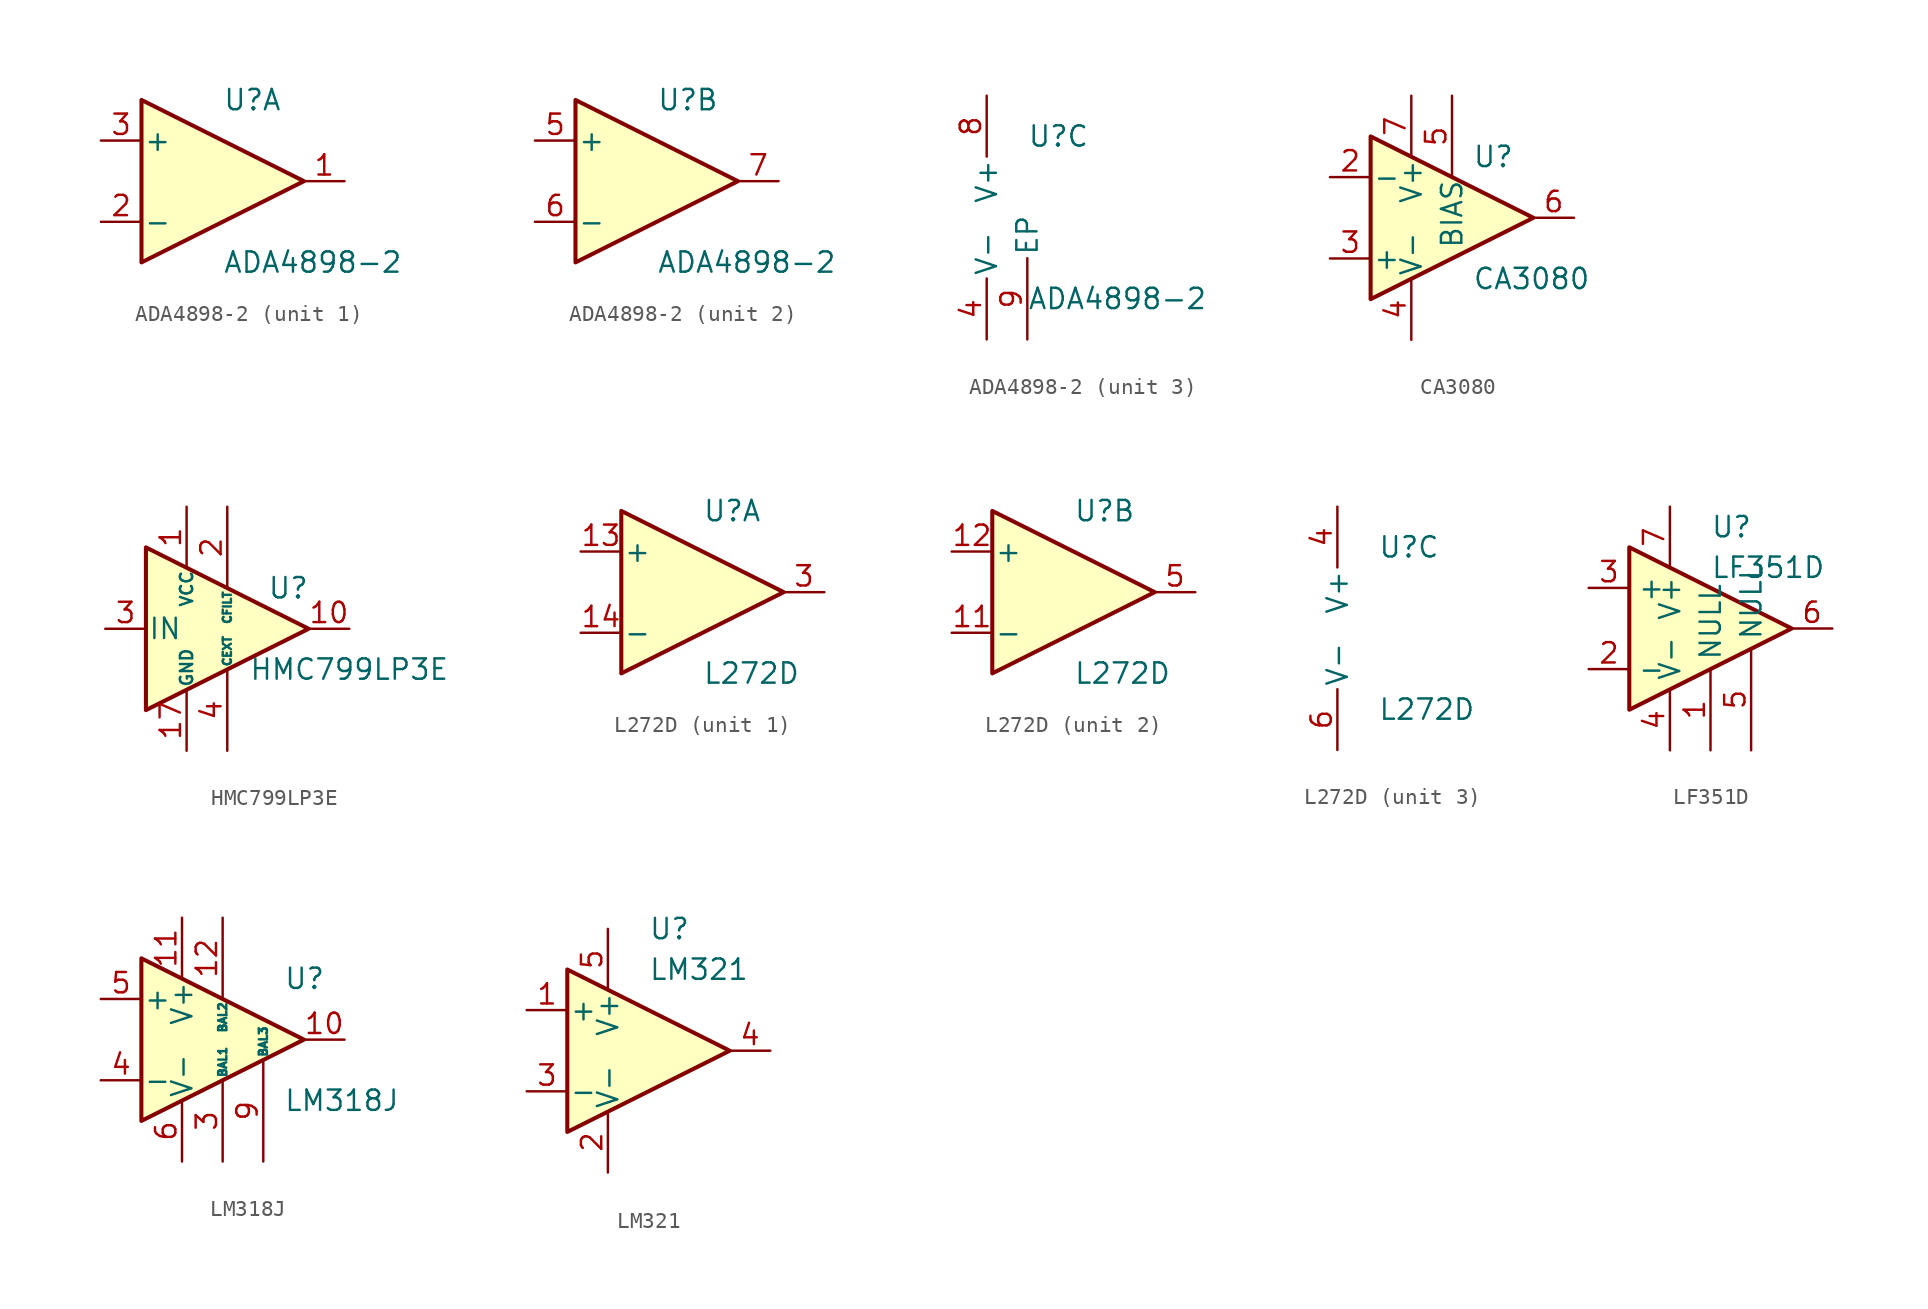
<source format=kicad_sym>
(kicad_symbol_lib
  (version 20231120)
  (generator "kicad_symbol_editor")
  (generator_version "8.0")
  (symbol "ADA4898-2"
    (pin_names
      (offset 0.127))
    (property "Reference" "U"
      (at 0 5.08 0)
      (effects (font (size 1.27 1.27)) (justify left)))
    (property "Value" "ADA4898-2"
      (at 0 -5.08 0)
      (effects (font (size 1.27 1.27)) (justify left)))
    (property "ki_locked" ""
      (at 0 0 0)
      (effects (font (size 1.27 1.27))))
    (symbol "ADA4898-2_1_1"
      (polyline (pts (xy -5.08 5.08) (xy 5.08 0) (xy -5.08 -5.08) (xy -5.08 5.08)) (stroke (width 0.254) (type default)) (fill (type background)))
      (pin output line (at 7.62 0 180) (length 2.54) (name "~" (effects (font (size 1.27 1.27)))) (number "1" (effects (font (size 1.27 1.27)))))
      (pin input line (at -7.62 -2.54 0) (length 2.54) (name "-" (effects (font (size 1.27 1.27)))) (number "2" (effects (font (size 1.27 1.27)))))
      (pin input line (at -7.62 2.54 0) (length 2.54) (name "+" (effects (font (size 1.27 1.27)))) (number "3" (effects (font (size 1.27 1.27))))))
    (symbol "ADA4898-2_2_1"
      (polyline (pts (xy -5.08 5.08) (xy 5.08 0) (xy -5.08 -5.08) (xy -5.08 5.08)) (stroke (width 0.254) (type default)) (fill (type background)))
      (pin input line (at -7.62 2.54 0) (length 2.54) (name "+" (effects (font (size 1.27 1.27)))) (number "5" (effects (font (size 1.27 1.27)))))
      (pin input line (at -7.62 -2.54 0) (length 2.54) (name "-" (effects (font (size 1.27 1.27)))) (number "6" (effects (font (size 1.27 1.27)))))
      (pin output line (at 7.62 0 180) (length 2.54) (name "~" (effects (font (size 1.27 1.27)))) (number "7" (effects (font (size 1.27 1.27))))))
    (symbol "ADA4898-2_3_1"
      (pin power_in line (at -2.54 -7.62 90) (length 3.81) (name "V-" (effects (font (size 1.27 1.27)))) (number "4" (effects (font (size 1.27 1.27)))))
      (pin power_in line (at -2.54 7.62 270) (length 3.81) (name "V+" (effects (font (size 1.27 1.27)))) (number "8" (effects (font (size 1.27 1.27)))))
      (pin passive line (at 0 -7.62 90) (length 5.08) (name "EP" (effects (font (size 1.27 1.27)))) (number "9" (effects (font (size 1.27 1.27)))))))
  (symbol "CA3080"
    (pin_names
      (offset 0.127))
    (property "Reference" "U"
      (at 1.27 3.81 0)
      (effects (font (size 1.27 1.27)) (justify left)))
    (property "Value" "CA3080"
      (at 1.27 -3.81 0)
      (effects (font (size 1.27 1.27)) (justify left)))
    (symbol "CA3080_0_1"
      (polyline (pts (xy 5.08 0) (xy -5.08 -5.08) (xy -5.08 5.08) (xy 5.08 0)) (stroke (width 0.254) (type default)) (fill (type background))))
    (symbol "CA3080_1_1"
      (pin no_connect line (at -2.54 2.54 270) (length 2.54) hide (name "NC" (effects (font (size 1.27 1.27)))) (number "1" (effects (font (size 1.27 1.27)))))
      (pin input line (at -7.62 2.54 0) (length 2.54) (name "-" (effects (font (size 1.27 1.27)))) (number "2" (effects (font (size 1.27 1.27)))))
      (pin input line (at -7.62 -2.54 0) (length 2.54) (name "+" (effects (font (size 1.27 1.27)))) (number "3" (effects (font (size 1.27 1.27)))))
      (pin power_in line (at -2.54 -7.62 90) (length 3.81) (name "V-" (effects (font (size 1.27 1.27)))) (number "4" (effects (font (size 1.27 1.27)))))
      (pin passive line (at 0 7.62 270) (length 5.08) (name "BIAS" (effects (font (size 1.27 1.27)))) (number "5" (effects (font (size 1.27 1.27)))))
      (pin output line (at 7.62 0 180) (length 2.54) (name "~" (effects (font (size 1.27 1.27)))) (number "6" (effects (font (size 1.27 1.27)))))
      (pin power_in line (at -2.54 7.62 270) (length 3.81) (name "V+" (effects (font (size 1.27 1.27)))) (number "7" (effects (font (size 1.27 1.27)))))
      (pin no_connect line (at 0 2.54 270) (length 2.54) hide (name "NC" (effects (font (size 1.27 1.27)))) (number "8" (effects (font (size 1.27 1.27)))))))
  (symbol "HMC799LP3E"
    (pin_names
      (offset 0.127))
    (property "Reference" "U"
      (at 3.81 2.54 0)
      (effects (font (size 1.27 1.27))))
    (property "Value" "HMC799LP3E"
      (at 7.62 -2.54 0)
      (effects (font (size 1.27 1.27))))
    (symbol "HMC799LP3E_0_0"
      (pin no_connect line (at 0 0 90) (length 2.54) hide (name "NC" (effects (font (size 1.27 1.27)))) (number "11" (effects (font (size 1.27 1.27)))))
      (pin passive line (at -2.54 7.62 270) (length 3.81) hide (name "VCC" (effects (font (size 0.762 0.762)))) (number "12" (effects (font (size 1.27 1.27)))))
      (pin no_connect line (at 2.54 0 90) (length 2.54) hide (name "NC" (effects (font (size 1.27 1.27)))) (number "13" (effects (font (size 1.27 1.27)))))
      (pin passive line (at -2.54 7.62 270) (length 3.81) hide (name "VCC" (effects (font (size 0.762 0.762)))) (number "14" (effects (font (size 1.27 1.27)))))
      (pin no_connect line (at -2.54 2.54 0) (length 2.54) hide (name "NC" (effects (font (size 1.27 1.27)))) (number "15" (effects (font (size 1.27 1.27)))))
      (pin no_connect line (at -2.54 -2.54 0) (length 2.54) hide (name "NC" (effects (font (size 1.27 1.27)))) (number "16" (effects (font (size 1.27 1.27)))))
      (pin no_connect line (at -5.08 5.08 0) (length 2.54) hide (name "NC" (effects (font (size 1.27 1.27)))) (number "5" (effects (font (size 1.27 1.27)))))
      (pin no_connect line (at -5.08 2.54 0) (length 2.54) hide (name "NC" (effects (font (size 1.27 1.27)))) (number "6" (effects (font (size 1.27 1.27)))))
      (pin no_connect line (at -5.08 -2.54 0) (length 2.54) hide (name "NC" (effects (font (size 1.27 1.27)))) (number "7" (effects (font (size 1.27 1.27)))))
      (pin no_connect line (at -5.08 -5.08 0) (length 2.54) hide (name "NC" (effects (font (size 1.27 1.27)))) (number "8" (effects (font (size 1.27 1.27)))))
      (pin no_connect line (at -2.54 0 90) (length 2.54) hide (name "NC" (effects (font (size 1.27 1.27)))) (number "9" (effects (font (size 1.27 1.27))))))
    (symbol "HMC799LP3E_0_1"
      (polyline (pts (xy 5.08 0) (xy -5.08 5.08) (xy -5.08 -5.08) (xy 5.08 0)) (stroke (width 0.254) (type default)) (fill (type background))))
    (symbol "HMC799LP3E_1_1"
      (pin power_in line (at -2.54 7.62 270) (length 3.81) (name "VCC" (effects (font (size 0.762 0.762)))) (number "1" (effects (font (size 1.27 1.27)))))
      (pin output line (at 7.62 0 180) (length 2.54) (name "~" (effects (font (size 1.27 1.27)))) (number "10" (effects (font (size 1.27 1.27)))))
      (pin power_in line (at -2.54 -7.62 90) (length 3.81) (name "GND" (effects (font (size 0.762 0.762)))) (number "17" (effects (font (size 1.27 1.27)))))
      (pin passive line (at 0 7.62 270) (length 5.08) (name "CFILT" (effects (font (size 0.508 0.508)))) (number "2" (effects (font (size 1.27 1.27)))))
      (pin input line (at -7.62 0 0) (length 2.54) (name "IN" (effects (font (size 1.27 1.27)))) (number "3" (effects (font (size 1.27 1.27)))))
      (pin passive line (at 0 -7.62 90) (length 5.08) (name "CEXT" (effects (font (size 0.508 0.508)))) (number "4" (effects (font (size 1.27 1.27)))))))
  (symbol "L272D"
    (pin_names
      (offset 0.127))
    (property "Reference" "U"
      (at 0 5.08 0)
      (effects (font (size 1.27 1.27)) (justify left)))
    (property "Value" "L272D"
      (at 0 -5.08 0)
      (effects (font (size 1.27 1.27)) (justify left)))
    (property "ki_locked" ""
      (at 0 0 0)
      (effects (font (size 1.27 1.27))))
    (symbol "L272D_1_1"
      (polyline (pts (xy -5.08 5.08) (xy 5.08 0) (xy -5.08 -5.08) (xy -5.08 5.08)) (stroke (width 0.254) (type default)) (fill (type background)))
      (pin no_connect line (at -2.54 -2.54 90) (length 2.54) hide (name "NC" (effects (font (size 1.27 1.27)))) (number "1" (effects (font (size 1.27 1.27)))))
      (pin input line (at -7.62 2.54 0) (length 2.54) (name "+" (effects (font (size 1.27 1.27)))) (number "13" (effects (font (size 1.27 1.27)))))
      (pin input line (at -7.62 -2.54 0) (length 2.54) (name "-" (effects (font (size 1.27 1.27)))) (number "14" (effects (font (size 1.27 1.27)))))
      (pin no_connect line (at 0 -2.54 90) (length 2.54) hide (name "NC" (effects (font (size 1.27 1.27)))) (number "2" (effects (font (size 1.27 1.27)))))
      (pin output line (at 7.62 0 180) (length 2.54) (name "~" (effects (font (size 1.27 1.27)))) (number "3" (effects (font (size 1.27 1.27)))))
      (pin no_connect line (at -2.54 2.54 90) (length 2.54) hide (name "NC" (effects (font (size 1.27 1.27)))) (number "7" (effects (font (size 1.27 1.27)))))
      (pin no_connect line (at 0 2.54 90) (length 2.54) hide (name "NC" (effects (font (size 1.27 1.27)))) (number "8" (effects (font (size 1.27 1.27))))))
    (symbol "L272D_2_1"
      (polyline (pts (xy -5.08 5.08) (xy 5.08 0) (xy -5.08 -5.08) (xy -5.08 5.08)) (stroke (width 0.254) (type default)) (fill (type background)))
      (pin no_connect line (at 0 -2.54 270) (length 2.54) hide (name "NC" (effects (font (size 1.27 1.27)))) (number "10" (effects (font (size 1.27 1.27)))))
      (pin input line (at -7.62 -2.54 0) (length 2.54) (name "-" (effects (font (size 1.27 1.27)))) (number "11" (effects (font (size 1.27 1.27)))))
      (pin input line (at -7.62 2.54 0) (length 2.54) (name "+" (effects (font (size 1.27 1.27)))) (number "12" (effects (font (size 1.27 1.27)))))
      (pin no_connect line (at -2.54 2.54 270) (length 2.54) hide (name "NC" (effects (font (size 1.27 1.27)))) (number "15" (effects (font (size 1.27 1.27)))))
      (pin no_connect line (at 0 2.54 270) (length 2.54) hide (name "NC" (effects (font (size 1.27 1.27)))) (number "16" (effects (font (size 1.27 1.27)))))
      (pin output line (at 7.62 0 180) (length 2.54) (name "~" (effects (font (size 1.27 1.27)))) (number "5" (effects (font (size 1.27 1.27)))))
      (pin no_connect line (at -2.54 -2.54 270) (length 2.54) hide (name "NC" (effects (font (size 1.27 1.27)))) (number "9" (effects (font (size 1.27 1.27))))))
    (symbol "L272D_3_1"
      (pin power_in line (at -2.54 7.62 270) (length 3.81) (name "V+" (effects (font (size 1.27 1.27)))) (number "4" (effects (font (size 1.27 1.27)))))
      (pin power_in line (at -2.54 -7.62 90) (length 3.81) (name "V-" (effects (font (size 1.27 1.27)))) (number "6" (effects (font (size 1.27 1.27)))))))
  (symbol "LF351D"
    (property "Reference" "U"
      (at 0 6.35 0)
      (effects (font (size 1.27 1.27)) (justify left)))
    (property "Value" "LF351D"
      (at 0 3.81 0)
      (effects (font (size 1.27 1.27)) (justify left)))
    (symbol "LF351D_0_1"
      (polyline (pts (xy -5.08 5.08) (xy 5.08 0) (xy -5.08 -5.08) (xy -5.08 5.08)) (stroke (width 0.254) (type default)) (fill (type background))))
    (symbol "LF351D_1_1"
      (pin input line (at 0 -7.62 90) (length 5.08) (name "NULL" (effects (font (size 1.27 1.27)))) (number "1" (effects (font (size 1.27 1.27)))))
      (pin input line (at -7.62 -2.54 0) (length 2.54) (name "-" (effects (font (size 1.27 1.27)))) (number "2" (effects (font (size 1.27 1.27)))))
      (pin input line (at -7.62 2.54 0) (length 2.54) (name "+" (effects (font (size 1.27 1.27)))) (number "3" (effects (font (size 1.27 1.27)))))
      (pin power_in line (at -2.54 -7.62 90) (length 3.81) (name "V-" (effects (font (size 1.27 1.27)))) (number "4" (effects (font (size 1.27 1.27)))))
      (pin input line (at 2.54 -7.62 90) (length 6.35) (name "NULL" (effects (font (size 1.27 1.27)))) (number "5" (effects (font (size 1.27 1.27)))))
      (pin output line (at 7.62 0 180) (length 2.54) (name "~" (effects (font (size 1.27 1.27)))) (number "6" (effects (font (size 1.27 1.27)))))
      (pin power_in line (at -2.54 7.62 270) (length 3.81) (name "V+" (effects (font (size 1.27 1.27)))) (number "7" (effects (font (size 1.27 1.27)))))
      (pin no_connect line (at 0 2.54 270) (length 2.54) hide (name "NC" (effects (font (size 1.27 1.27)))) (number "8" (effects (font (size 1.27 1.27)))))))
  (symbol "LM318J"
    (pin_names
      (offset 0.127))
    (property "Reference" "U"
      (at 3.81 3.81 0)
      (effects (font (size 1.27 1.27)) (justify left)))
    (property "Value" "LM318J"
      (at 3.81 -3.81 0)
      (effects (font (size 1.27 1.27)) (justify left)))
    (symbol "LM318J_0_1"
      (polyline (pts (xy 5.08 0) (xy -5.08 5.08) (xy -5.08 -5.08) (xy 5.08 0)) (stroke (width 0.254) (type default)) (fill (type background))))
    (symbol "LM318J_1_1"
      (pin no_connect line (at -5.08 2.54 270) (length 2.54) hide (name "NC" (effects (font (size 1.27 1.27)))) (number "1" (effects (font (size 1.27 1.27)))))
      (pin output line (at 7.62 0 180) (length 2.54) (name "~" (effects (font (size 1.27 1.27)))) (number "10" (effects (font (size 1.27 1.27)))))
      (pin power_in line (at -2.54 7.62 270) (length 3.81) (name "V+" (effects (font (size 1.27 1.27)))) (number "11" (effects (font (size 1.27 1.27)))))
      (pin passive line (at 0 7.62 270) (length 5.08) (name "BAL2" (effects (font (size 0.508 0.508)))) (number "12" (effects (font (size 1.27 1.27)))))
      (pin no_connect line (at 0 2.54 270) (length 2.54) hide (name "NC" (effects (font (size 1.27 1.27)))) (number "13" (effects (font (size 1.27 1.27)))))
      (pin no_connect line (at 0 -2.54 90) (length 2.54) hide (name "NC" (effects (font (size 1.27 1.27)))) (number "14" (effects (font (size 1.27 1.27)))))
      (pin no_connect line (at -2.54 2.54 270) (length 2.54) hide (name "NC" (effects (font (size 1.27 1.27)))) (number "2" (effects (font (size 1.27 1.27)))))
      (pin passive line (at 0 -7.62 90) (length 5.08) (name "BAL1" (effects (font (size 0.508 0.508)))) (number "3" (effects (font (size 1.27 1.27)))))
      (pin input line (at -7.62 -2.54 0) (length 2.54) (name "-" (effects (font (size 1.27 1.27)))) (number "4" (effects (font (size 1.27 1.27)))))
      (pin input line (at -7.62 2.54 0) (length 2.54) (name "+" (effects (font (size 1.27 1.27)))) (number "5" (effects (font (size 1.27 1.27)))))
      (pin power_in line (at -2.54 -7.62 90) (length 3.81) (name "V-" (effects (font (size 1.27 1.27)))) (number "6" (effects (font (size 1.27 1.27)))))
      (pin no_connect line (at -5.08 -2.54 90) (length 2.54) hide (name "NC" (effects (font (size 1.27 1.27)))) (number "7" (effects (font (size 1.27 1.27)))))
      (pin no_connect line (at -2.54 -2.54 90) (length 2.54) hide (name "NC" (effects (font (size 1.27 1.27)))) (number "8" (effects (font (size 1.27 1.27)))))
      (pin passive line (at 2.54 -7.62 90) (length 6.35) (name "BAL3" (effects (font (size 0.508 0.508)))) (number "9" (effects (font (size 1.27 1.27)))))))
  (symbol "LM321"
    (pin_names
      (offset 0.127))
    (property "Reference" "U"
      (at 0 7.62 0)
      (effects (font (size 1.27 1.27)) (justify left)))
    (property "Value" "LM321"
      (at 0 5.08 0)
      (effects (font (size 1.27 1.27)) (justify left)))
    (symbol "LM321_0_1"
      (polyline (pts (xy -5.08 5.08) (xy 5.08 0) (xy -5.08 -5.08) (xy -5.08 5.08)) (stroke (width 0.254) (type default)) (fill (type background))))
    (symbol "LM321_1_1"
      (pin input line (at -7.62 2.54 0) (length 2.54) (name "+" (effects (font (size 1.27 1.27)))) (number "1" (effects (font (size 1.27 1.27)))))
      (pin power_in line (at -2.54 -7.62 90) (length 3.81) (name "V-" (effects (font (size 1.27 1.27)))) (number "2" (effects (font (size 1.27 1.27)))))
      (pin input line (at -7.62 -2.54 0) (length 2.54) (name "-" (effects (font (size 1.27 1.27)))) (number "3" (effects (font (size 1.27 1.27)))))
      (pin output line (at 7.62 0 180) (length 2.54) (name "~" (effects (font (size 1.27 1.27)))) (number "4" (effects (font (size 1.27 1.27)))))
      (pin power_in line (at -2.54 7.62 270) (length 3.81) (name "V+" (effects (font (size 1.27 1.27)))) (number "5" (effects (font (size 1.27 1.27))))))))
</source>
